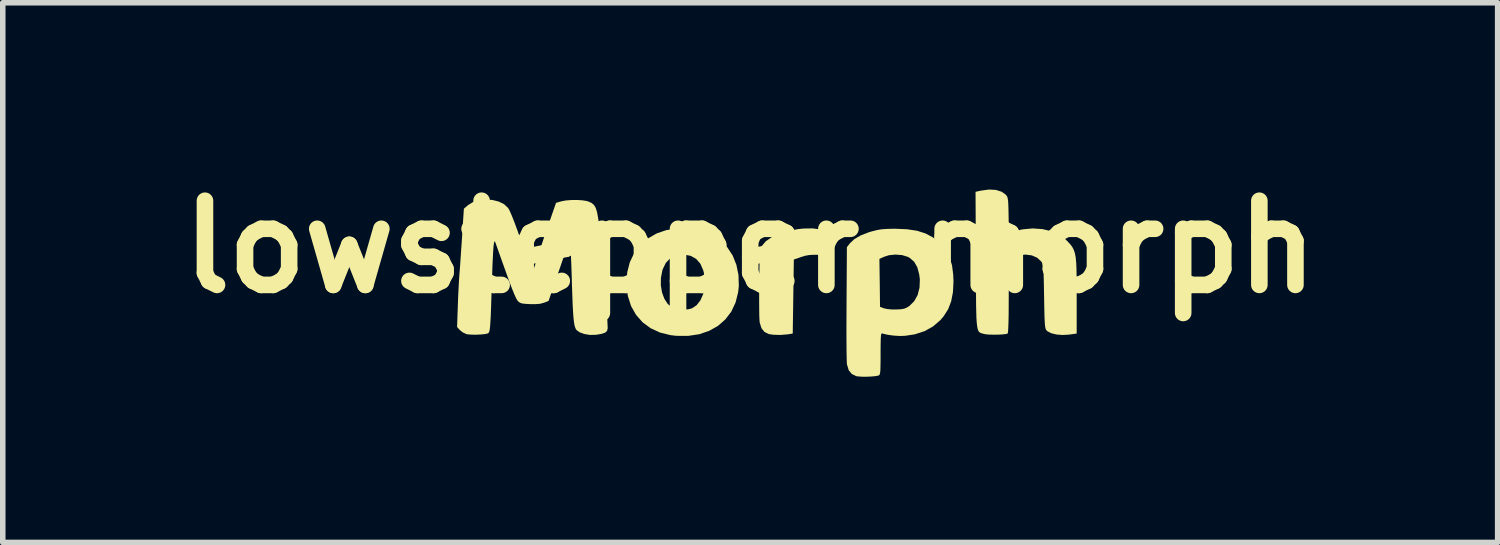
<source format=kicad_pcb>
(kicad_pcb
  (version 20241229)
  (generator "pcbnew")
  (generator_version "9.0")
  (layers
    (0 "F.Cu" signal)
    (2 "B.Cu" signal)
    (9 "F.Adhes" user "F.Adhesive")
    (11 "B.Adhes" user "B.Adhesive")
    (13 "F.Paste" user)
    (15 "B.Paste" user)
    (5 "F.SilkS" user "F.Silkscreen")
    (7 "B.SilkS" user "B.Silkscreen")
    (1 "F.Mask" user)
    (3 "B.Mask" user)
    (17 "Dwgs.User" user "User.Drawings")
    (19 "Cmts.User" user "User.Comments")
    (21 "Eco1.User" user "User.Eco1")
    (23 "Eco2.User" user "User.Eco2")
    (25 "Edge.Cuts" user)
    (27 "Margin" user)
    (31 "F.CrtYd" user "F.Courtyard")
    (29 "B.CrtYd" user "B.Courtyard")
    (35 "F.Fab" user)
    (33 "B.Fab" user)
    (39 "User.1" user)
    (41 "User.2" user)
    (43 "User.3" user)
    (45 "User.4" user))
  (footprint "lowstepper morph"
    (layer "F.Cu")
    (at 10.53 1.418)
    (property "Reference" "lowstepper morph" (at 0 0 0) (layer "F.SilkS") (effects (font (size 1.524 1.524) (thickness 0.3))))
    (attr board_only exclude_from_pos_files exclude_from_bom)
    (fp_poly (pts (xy 1.266 -0.315) (xy 1.372 -0.274) (xy 1.446 -0.212) (xy 1.488 -0.131) (xy 1.495 -0.032) (xy 1.477 0.058) (xy 1.448 0.15) (xy 1.249 0.145) (xy 1.144 0.144) (xy 1.064 0.149) (xy 0.994 0.162) (xy 0.921 0.184) (xy 0.92 0.185) (xy 0.79 0.23) (xy 0.77 1.57) (xy 0.68 1.584) (xy 0.549 1.595) (xy 0.424 1.592) (xy 0.34 1.58) (xy 0.259 1.542) (xy 0.204 1.473) (xy 0.173 1.374) (xy 0.17 1.356) (xy 0.167 1.309) (xy 0.164 1.228) (xy 0.163 1.119) (xy 0.162 0.989) (xy 0.162 0.843) (xy 0.163 0.688) (xy 0.163 0.65) (xy 0.166 0.478) (xy 0.168 0.341) (xy 0.17 0.235) (xy 0.174 0.154) (xy 0.178 0.096) (xy 0.184 0.053) (xy 0.192 0.023) (xy 0.201 -0.001) (xy 0.209 -0.014) (xy 0.282 -0.1) (xy 0.39 -0.176) (xy 0.528 -0.239) (xy 0.691 -0.289) (xy 0.875 -0.322) (xy 0.966 -0.331) (xy 1.13 -0.334)) (stroke (width 0) (type solid)) (fill yes) (layer "F.SilkS"))
    (fp_poly (pts (xy -0.997 -0.31) (xy -0.826 -0.27) (xy -0.691 -0.216) (xy -0.541 -0.119) (xy -0.416 0.007) (xy -0.318 0.156) (xy -0.25 0.326) (xy -0.212 0.512) (xy -0.206 0.709) (xy -0.218 0.821) (xy -0.265 1.008) (xy -0.343 1.174) (xy -0.451 1.315) (xy -0.585 1.432) (xy -0.743 1.521) (xy -0.923 1.582) (xy -1.122 1.612) (xy -1.337 1.611) (xy -1.441 1.599) (xy -1.632 1.552) (xy -1.801 1.474) (xy -1.947 1.367) (xy -2.066 1.232) (xy -2.156 1.074) (xy -2.213 0.895) (xy -2.218 0.869) (xy -2.236 0.698) (xy -1.618 0.698) (xy -1.596 0.827) (xy -1.553 0.942) (xy -1.492 1.035) (xy -1.414 1.1) (xy -1.391 1.112) (xy -1.314 1.132) (xy -1.218 1.138) (xy -1.123 1.131) (xy -1.053 1.113) (xy -0.97 1.057) (xy -0.903 0.971) (xy -0.854 0.862) (xy -0.826 0.737) (xy -0.821 0.602) (xy -0.84 0.464) (xy -0.85 0.426) (xy -0.902 0.306) (xy -0.979 0.218) (xy -1.078 0.163) (xy -1.199 0.14) (xy -1.22 0.14) (xy -1.344 0.157) (xy -1.447 0.207) (xy -1.527 0.29) (xy -1.583 0.405) (xy -1.59 0.426) (xy -1.616 0.562) (xy -1.618 0.698) (xy -2.236 0.698) (xy -2.24 0.659) (xy -2.226 0.461) (xy -2.179 0.278) (xy -2.1 0.113) (xy -1.992 -0.03) (xy -1.855 -0.15) (xy -1.692 -0.243) (xy -1.52 -0.302) (xy -1.357 -0.327) (xy -1.178 -0.33)) (stroke (width 0) (type solid)) (fill yes) (layer "F.SilkS"))
    (fp_poly (pts (xy 2.841 -0.318) (xy 3.02 -0.291) (xy 3.174 -0.242) (xy 3.307 -0.171) (xy 3.424 -0.076) (xy 3.442 -0.058) (xy 3.538 0.059) (xy 3.608 0.187) (xy 3.653 0.333) (xy 3.675 0.504) (xy 3.68 0.627) (xy 3.67 0.821) (xy 3.638 0.986) (xy 3.583 1.13) (xy 3.501 1.258) (xy 3.444 1.325) (xy 3.311 1.44) (xy 3.157 1.526) (xy 2.979 1.584) (xy 2.808 1.61) (xy 2.71 1.614) (xy 2.6 1.607) (xy 2.493 1.593) (xy 2.406 1.573) (xy 2.389 1.567) (xy 2.379 1.568) (xy 2.371 1.584) (xy 2.366 1.619) (xy 2.363 1.679) (xy 2.361 1.767) (xy 2.36 1.889) (xy 2.36 1.936) (xy 2.36 2.069) (xy 2.358 2.168) (xy 2.356 2.237) (xy 2.351 2.283) (xy 2.344 2.31) (xy 2.334 2.324) (xy 2.326 2.329) (xy 2.277 2.339) (xy 2.202 2.347) (xy 2.115 2.351) (xy 2.028 2.351) (xy 1.955 2.346) (xy 1.92 2.341) (xy 1.839 2.302) (xy 1.783 2.233) (xy 1.753 2.133) (xy 1.75 2.116) (xy 1.748 2.075) (xy 1.746 1.999) (xy 1.744 1.891) (xy 1.743 1.756) (xy 1.742 1.599) (xy 1.742 1.423) (xy 1.743 1.233) (xy 1.744 1.034) (xy 1.744 1.008) (xy 1.749 0.218) (xy 2.339 0.218) (xy 2.345 0.652) (xy 2.35 1.086) (xy 2.42 1.113) (xy 2.48 1.126) (xy 2.565 1.134) (xy 2.643 1.134) (xy 2.727 1.13) (xy 2.786 1.12) (xy 2.833 1.101) (xy 2.882 1.07) (xy 2.969 0.984) (xy 3.031 0.872) (xy 3.065 0.739) (xy 3.071 0.59) (xy 3.06 0.502) (xy 3.025 0.371) (xy 2.969 0.272) (xy 2.89 0.202) (xy 2.855 0.182) (xy 2.751 0.15) (xy 2.63 0.14) (xy 2.51 0.152) (xy 2.425 0.18) (xy 2.339 0.218) (xy 1.749 0.218) (xy 1.75 0.007) (xy 1.803 -0.062) (xy 1.883 -0.138) (xy 2.001 -0.207) (xy 2.154 -0.266) (xy 2.211 -0.282) (xy 2.294 -0.303) (xy 2.376 -0.317) (xy 2.469 -0.324) (xy 2.585 -0.327) (xy 2.63 -0.327)) (stroke (width 0) (type solid)) (fill yes) (layer "F.SilkS"))
    (fp_poly (pts (xy 4.449 -1.03) (xy 4.552 -0.997) (xy 4.618 -0.951) (xy 4.638 -0.93) (xy 4.652 -0.908) (xy 4.661 -0.879) (xy 4.668 -0.835) (xy 4.672 -0.77) (xy 4.675 -0.676) (xy 4.677 -0.578) (xy 4.679 -0.458) (xy 4.682 -0.373) (xy 4.686 -0.316) (xy 4.692 -0.283) (xy 4.7 -0.268) (xy 4.712 -0.265) (xy 4.727 -0.269) (xy 4.928 -0.316) (xy 5.112 -0.333) (xy 5.289 -0.321) (xy 5.468 -0.279) (xy 5.469 -0.279) (xy 5.551 -0.249) (xy 5.616 -0.214) (xy 5.679 -0.163) (xy 5.72 -0.123) (xy 5.767 -0.075) (xy 5.806 -0.031) (xy 5.836 0.013) (xy 5.86 0.062) (xy 5.879 0.121) (xy 5.892 0.193) (xy 5.901 0.284) (xy 5.906 0.397) (xy 5.909 0.538) (xy 5.91 0.71) (xy 5.91 0.89) (xy 5.91 1.57) (xy 5.772 1.589) (xy 5.655 1.596) (xy 5.543 1.587) (xy 5.449 1.564) (xy 5.381 1.529) (xy 5.371 1.52) (xy 5.359 1.506) (xy 5.349 1.488) (xy 5.342 1.462) (xy 5.336 1.422) (xy 5.332 1.364) (xy 5.328 1.283) (xy 5.325 1.176) (xy 5.322 1.037) (xy 5.32 0.901) (xy 5.317 0.733) (xy 5.314 0.6) (xy 5.311 0.498) (xy 5.307 0.422) (xy 5.302 0.366) (xy 5.296 0.327) (xy 5.288 0.3) (xy 5.278 0.28) (xy 5.269 0.266) (xy 5.194 0.197) (xy 5.097 0.155) (xy 4.984 0.14) (xy 4.864 0.154) (xy 4.779 0.182) (xy 4.68 0.225) (xy 4.68 0.891) (xy 4.679 1.081) (xy 4.678 1.244) (xy 4.675 1.376) (xy 4.671 1.476) (xy 4.667 1.541) (xy 4.661 1.569) (xy 4.66 1.57) (xy 4.625 1.579) (xy 4.561 1.586) (xy 4.481 1.59) (xy 4.395 1.59) (xy 4.316 1.588) (xy 4.255 1.582) (xy 4.237 1.578) (xy 4.207 1.57) (xy 4.182 1.563) (xy 4.161 1.554) (xy 4.143 1.54) (xy 4.129 1.518) (xy 4.117 1.485) (xy 4.108 1.437) (xy 4.101 1.374) (xy 4.095 1.29) (xy 4.092 1.183) (xy 4.089 1.051) (xy 4.088 0.89) (xy 4.086 0.698) (xy 4.086 0.471) (xy 4.085 0.24) (xy 4.079 -0.996) (xy 4.181 -1.018) (xy 4.323 -1.037)) (stroke (width 0) (type solid)) (fill yes) (layer "F.SilkS"))
    (fp_poly (pts (xy -4.666 -0.848) (xy -4.551 -0.819) (xy -4.454 -0.771) (xy -4.383 -0.704) (xy -4.382 -0.703) (xy -4.355 -0.654) (xy -4.317 -0.568) (xy -4.27 -0.45) (xy -4.215 -0.301) (xy -4.153 -0.125) (xy -4.084 0.076) (xy -4.061 0.147) (xy -4.025 0.25) (xy -3.993 0.338) (xy -3.966 0.403) (xy -3.947 0.441) (xy -3.94 0.447) (xy -3.927 0.421) (xy -3.907 0.367) (xy -3.883 0.293) (xy -3.869 0.25) (xy -3.846 0.177) (xy -3.813 0.074) (xy -3.772 -0.049) (xy -3.727 -0.184) (xy -3.679 -0.322) (xy -3.665 -0.363) (xy -3.515 -0.796) (xy -3.422 -0.823) (xy -3.341 -0.839) (xy -3.239 -0.847) (xy -3.13 -0.848) (xy -3.028 -0.841) (xy -2.949 -0.827) (xy -2.938 -0.823) (xy -2.874 -0.796) (xy -2.829 -0.759) (xy -2.796 -0.705) (xy -2.772 -0.626) (xy -2.752 -0.515) (xy -2.751 -0.509) (xy -2.739 -0.422) (xy -2.726 -0.305) (xy -2.711 -0.161) (xy -2.695 0.002) (xy -2.678 0.18) (xy -2.661 0.366) (xy -2.645 0.556) (xy -2.629 0.743) (xy -2.615 0.921) (xy -2.602 1.086) (xy -2.592 1.231) (xy -2.585 1.351) (xy -2.581 1.441) (xy -2.58 1.476) (xy -2.591 1.521) (xy -2.626 1.554) (xy -2.691 1.576) (xy -2.789 1.592) (xy -2.897 1.595) (xy -3 1.579) (xy -3.088 1.547) (xy -3.142 1.508) (xy -3.157 1.487) (xy -3.17 1.456) (xy -3.182 1.413) (xy -3.191 1.353) (xy -3.2 1.274) (xy -3.207 1.17) (xy -3.214 1.04) (xy -3.22 0.88) (xy -3.227 0.685) (xy -3.231 0.53) (xy -3.238 0.327) (xy -3.245 0.165) (xy -3.254 0.042) (xy -3.262 -0.041) (xy -3.272 -0.084) (xy -3.282 -0.087) (xy -3.285 -0.08) (xy -3.294 -0.054) (xy -3.315 0.005) (xy -3.344 0.091) (xy -3.382 0.2) (xy -3.425 0.325) (xy -3.472 0.462) (xy -3.473 0.465) (xy -3.65 0.98) (xy -3.733 1.012) (xy -3.803 1.031) (xy -3.893 1.038) (xy -3.988 1.037) (xy -4.074 1.032) (xy -4.131 1.025) (xy -4.168 1.011) (xy -4.197 0.99) (xy -4.207 0.98) (xy -4.232 0.941) (xy -4.268 0.864) (xy -4.314 0.751) (xy -4.37 0.602) (xy -4.428 0.44) (xy -4.476 0.306) (xy -4.52 0.183) (xy -4.558 0.076) (xy -4.588 -0.009) (xy -4.609 -0.067) (xy -4.618 -0.09) (xy -4.626 -0.1) (xy -4.633 -0.09) (xy -4.64 -0.058) (xy -4.647 0.000402) (xy -4.653 0.086) (xy -4.659 0.202) (xy -4.666 0.35) (xy -4.672 0.534) (xy -4.68 0.754) (xy -4.68 0.78) (xy -4.687 0.976) (xy -4.692 1.136) (xy -4.697 1.264) (xy -4.703 1.362) (xy -4.708 1.437) (xy -4.714 1.49) (xy -4.721 1.526) (xy -4.73 1.548) (xy -4.74 1.561) (xy -4.752 1.568) (xy -4.753 1.569) (xy -4.805 1.58) (xy -4.883 1.587) (xy -4.971 1.591) (xy -5.055 1.589) (xy -5.122 1.583) (xy -5.14 1.579) (xy -5.203 1.549) (xy -5.258 1.505) (xy -5.258 1.504) (xy -5.306 1.451) (xy -5.293 1.08) (xy -5.288 0.938) (xy -5.281 0.787) (xy -5.273 0.64) (xy -5.265 0.512) (xy -5.26 0.45) (xy -5.252 0.348) (xy -5.243 0.216) (xy -5.233 0.068) (xy -5.222 -0.088) (xy -5.212 -0.238) (xy -5.212 -0.25) (xy -5.183 -0.69) (xy -5.109 -0.754) (xy -5.019 -0.81) (xy -4.909 -0.844) (xy -4.788 -0.856)) (stroke (width 0) (type solid)) (fill yes) (layer "F.SilkS")))
  (gr_rect
    (start -3 -3)
    (end 24.06 6.769)
    (stroke (width 0.1) (type default))
    (fill no)
    (layer "Edge.Cuts")))
</source>
